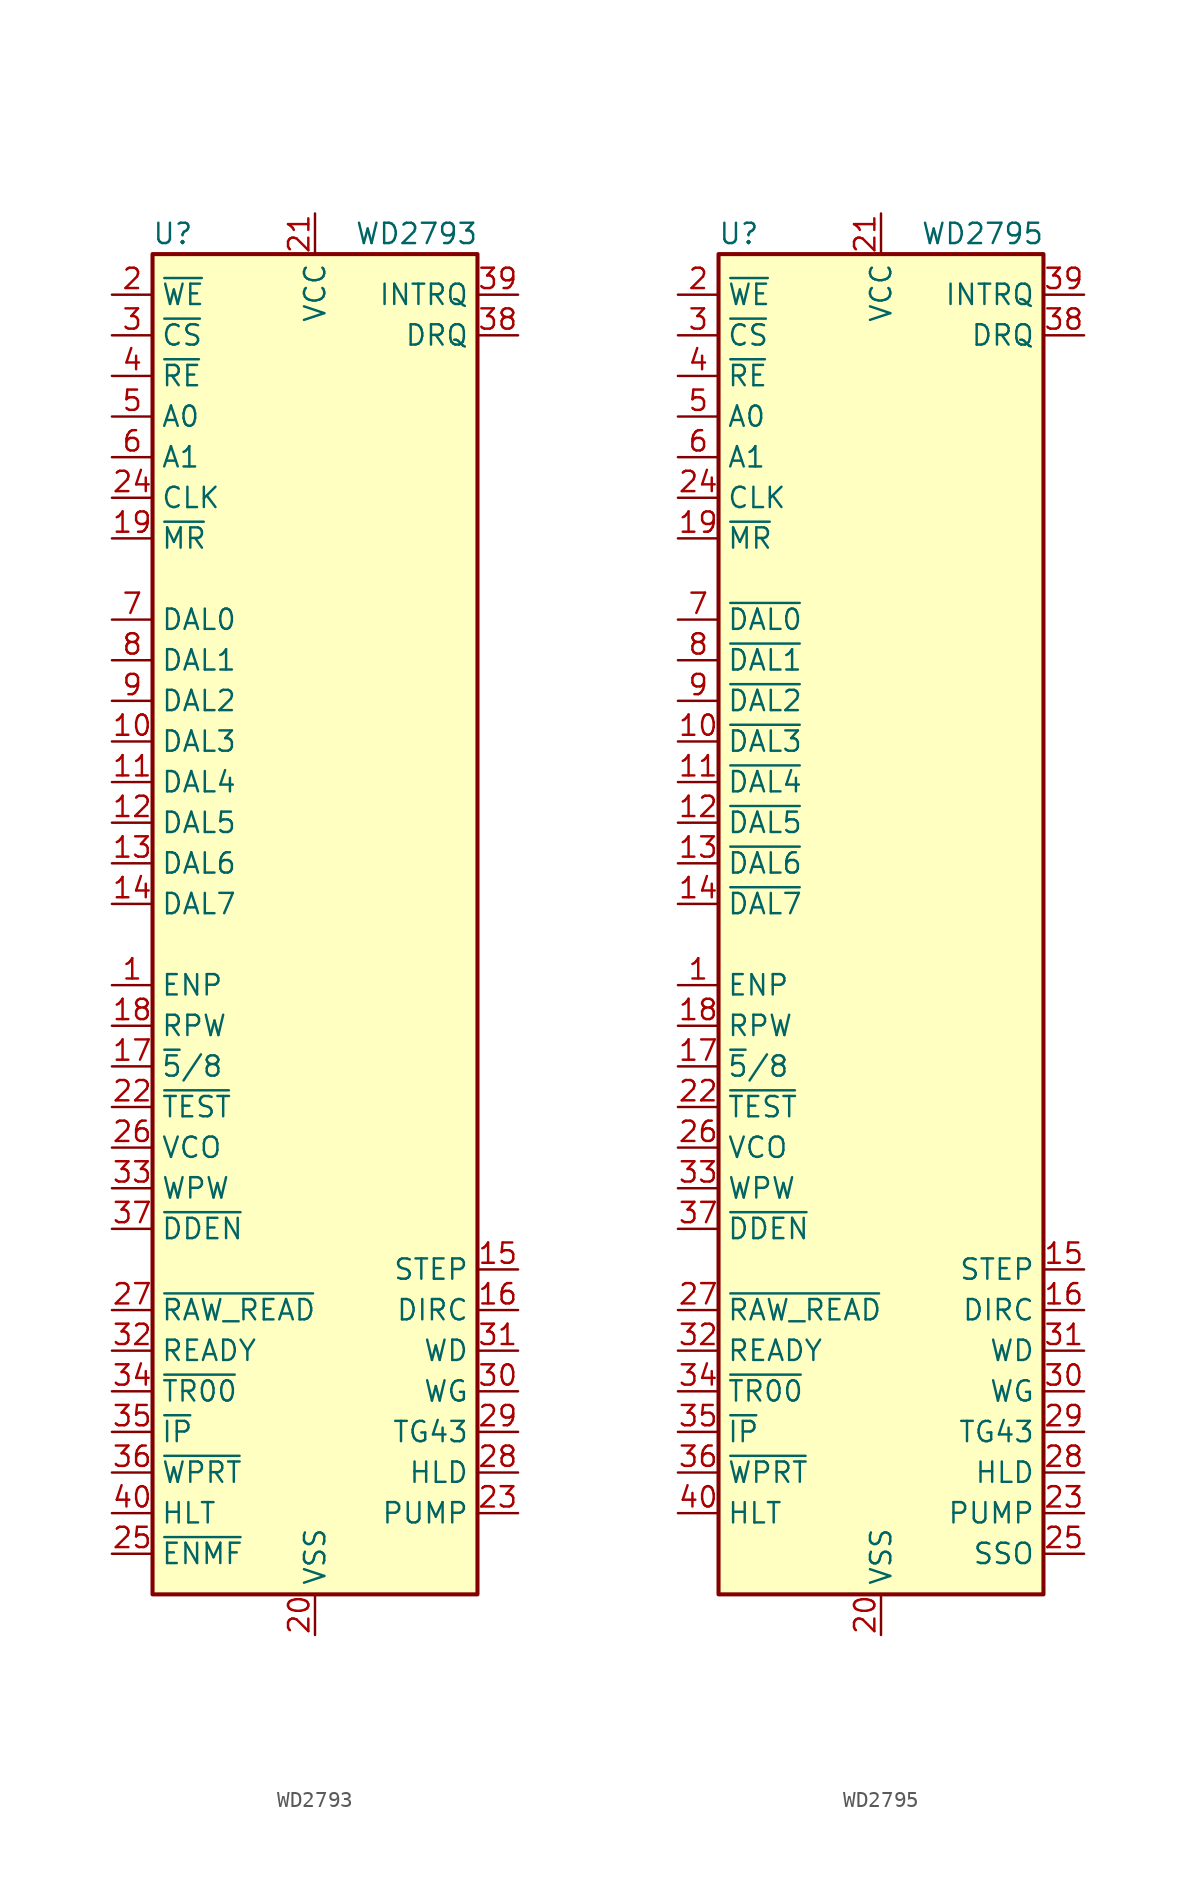
<source format=kicad_sym>
(kicad_symbol_lib
  (version 20201005)
  (generator kicad_symbol_editor)
  (symbol "WD2793"
    (property "Reference" "U"
      (at -8.89 44.45 0)
      (effects (font (size 1.27 1.27))))
    (property "Value" "WD2793"
      (at 6.35 44.45 0)
      (effects (font (size 1.27 1.27))))
    (symbol "WD2793_0_1"
      (rectangle (start -10.16 43.18) (end 10.16 -40.64) (stroke (width 0.254)) (fill (type background))))
    (symbol "WD2793_1_1"
      (pin input line (at -12.7 -2.54 0) (length 2.54) (name "ENP" (effects (font (size 1.27 1.27)))) (number "1" (effects (font (size 1.27 1.27)))))
      (pin tri_state line (at -12.7 12.7 0) (length 2.54) (name "DAL3" (effects (font (size 1.27 1.27)))) (number "10" (effects (font (size 1.27 1.27)))))
      (pin tri_state line (at -12.7 10.16 0) (length 2.54) (name "DAL4" (effects (font (size 1.27 1.27)))) (number "11" (effects (font (size 1.27 1.27)))))
      (pin tri_state line (at -12.7 7.62 0) (length 2.54) (name "DAL5" (effects (font (size 1.27 1.27)))) (number "12" (effects (font (size 1.27 1.27)))))
      (pin tri_state line (at -12.7 5.08 0) (length 2.54) (name "DAL6" (effects (font (size 1.27 1.27)))) (number "13" (effects (font (size 1.27 1.27)))))
      (pin tri_state line (at -12.7 2.54 0) (length 2.54) (name "DAL7" (effects (font (size 1.27 1.27)))) (number "14" (effects (font (size 1.27 1.27)))))
      (pin output line (at 12.7 -20.32 180) (length 2.54) (name "STEP" (effects (font (size 1.27 1.27)))) (number "15" (effects (font (size 1.27 1.27)))))
      (pin output line (at 12.7 -22.86 180) (length 2.54) (name "DIRC" (effects (font (size 1.27 1.27)))) (number "16" (effects (font (size 1.27 1.27)))))
      (pin input line (at -12.7 -7.62 0) (length 2.54) (name "~5~/8" (effects (font (size 1.27 1.27)))) (number "17" (effects (font (size 1.27 1.27)))))
      (pin input line (at -12.7 -5.08 0) (length 2.54) (name "RPW" (effects (font (size 1.27 1.27)))) (number "18" (effects (font (size 1.27 1.27)))))
      (pin input line (at -12.7 25.4 0) (length 2.54) (name "~MR" (effects (font (size 1.27 1.27)))) (number "19" (effects (font (size 1.27 1.27)))))
      (pin input line (at -12.7 40.64 0) (length 2.54) (name "~WE" (effects (font (size 1.27 1.27)))) (number "2" (effects (font (size 1.27 1.27)))))
      (pin power_in line (at 0 -43.18 90) (length 2.54) (name "VSS" (effects (font (size 1.27 1.27)))) (number "20" (effects (font (size 1.27 1.27)))))
      (pin power_in line (at 0 45.72 270) (length 2.54) (name "VCC" (effects (font (size 1.27 1.27)))) (number "21" (effects (font (size 1.27 1.27)))))
      (pin input line (at -12.7 -10.16 0) (length 2.54) (name "~TEST" (effects (font (size 1.27 1.27)))) (number "22" (effects (font (size 1.27 1.27)))))
      (pin output line (at 12.7 -35.56 180) (length 2.54) (name "PUMP" (effects (font (size 1.27 1.27)))) (number "23" (effects (font (size 1.27 1.27)))))
      (pin input line (at -12.7 27.94 0) (length 2.54) (name "CLK" (effects (font (size 1.27 1.27)))) (number "24" (effects (font (size 1.27 1.27)))))
      (pin input line (at -12.7 -38.1 0) (length 2.54) (name "~ENMF" (effects (font (size 1.27 1.27)))) (number "25" (effects (font (size 1.27 1.27)))))
      (pin input line (at -12.7 -12.7 0) (length 2.54) (name "VCO" (effects (font (size 1.27 1.27)))) (number "26" (effects (font (size 1.27 1.27)))))
      (pin input line (at -12.7 -22.86 0) (length 2.54) (name "~RAW_READ" (effects (font (size 1.27 1.27)))) (number "27" (effects (font (size 1.27 1.27)))))
      (pin output line (at 12.7 -33.02 180) (length 2.54) (name "HLD" (effects (font (size 1.27 1.27)))) (number "28" (effects (font (size 1.27 1.27)))))
      (pin output line (at 12.7 -30.48 180) (length 2.54) (name "TG43" (effects (font (size 1.27 1.27)))) (number "29" (effects (font (size 1.27 1.27)))))
      (pin input line (at -12.7 38.1 0) (length 2.54) (name "~CS" (effects (font (size 1.27 1.27)))) (number "3" (effects (font (size 1.27 1.27)))))
      (pin output line (at 12.7 -27.94 180) (length 2.54) (name "WG" (effects (font (size 1.27 1.27)))) (number "30" (effects (font (size 1.27 1.27)))))
      (pin output line (at 12.7 -25.4 180) (length 2.54) (name "WD" (effects (font (size 1.27 1.27)))) (number "31" (effects (font (size 1.27 1.27)))))
      (pin input line (at -12.7 -25.4 0) (length 2.54) (name "READY" (effects (font (size 1.27 1.27)))) (number "32" (effects (font (size 1.27 1.27)))))
      (pin input line (at -12.7 -15.24 0) (length 2.54) (name "WPW" (effects (font (size 1.27 1.27)))) (number "33" (effects (font (size 1.27 1.27)))))
      (pin input line (at -12.7 -27.94 0) (length 2.54) (name "~TR00" (effects (font (size 1.27 1.27)))) (number "34" (effects (font (size 1.27 1.27)))))
      (pin input line (at -12.7 -30.48 0) (length 2.54) (name "~IP" (effects (font (size 1.27 1.27)))) (number "35" (effects (font (size 1.27 1.27)))))
      (pin input line (at -12.7 -33.02 0) (length 2.54) (name "~WPRT" (effects (font (size 1.27 1.27)))) (number "36" (effects (font (size 1.27 1.27)))))
      (pin input line (at -12.7 -17.78 0) (length 2.54) (name "~DDEN" (effects (font (size 1.27 1.27)))) (number "37" (effects (font (size 1.27 1.27)))))
      (pin output line (at 12.7 38.1 180) (length 2.54) (name "DRQ" (effects (font (size 1.27 1.27)))) (number "38" (effects (font (size 1.27 1.27)))))
      (pin output line (at 12.7 40.64 180) (length 2.54) (name "INTRQ" (effects (font (size 1.27 1.27)))) (number "39" (effects (font (size 1.27 1.27)))))
      (pin input line (at -12.7 35.56 0) (length 2.54) (name "~RE" (effects (font (size 1.27 1.27)))) (number "4" (effects (font (size 1.27 1.27)))))
      (pin input line (at -12.7 -35.56 0) (length 2.54) (name "HLT" (effects (font (size 1.27 1.27)))) (number "40" (effects (font (size 1.27 1.27)))))
      (pin input line (at -12.7 33.02 0) (length 2.54) (name "A0" (effects (font (size 1.27 1.27)))) (number "5" (effects (font (size 1.27 1.27)))))
      (pin input line (at -12.7 30.48 0) (length 2.54) (name "A1" (effects (font (size 1.27 1.27)))) (number "6" (effects (font (size 1.27 1.27)))))
      (pin tri_state line (at -12.7 20.32 0) (length 2.54) (name "DAL0" (effects (font (size 1.27 1.27)))) (number "7" (effects (font (size 1.27 1.27)))))
      (pin tri_state line (at -12.7 17.78 0) (length 2.54) (name "DAL1" (effects (font (size 1.27 1.27)))) (number "8" (effects (font (size 1.27 1.27)))))
      (pin tri_state line (at -12.7 15.24 0) (length 2.54) (name "DAL2" (effects (font (size 1.27 1.27)))) (number "9" (effects (font (size 1.27 1.27)))))))
  (symbol "WD2795"
    (property "Reference" "U"
      (at -8.89 44.45 0)
      (effects (font (size 1.27 1.27))))
    (property "Value" "WD2795"
      (at 6.35 44.45 0)
      (effects (font (size 1.27 1.27))))
    (symbol "WD2795_0_1"
      (rectangle (start -10.16 43.18) (end 10.16 -40.64) (stroke (width 0.254)) (fill (type background))))
    (symbol "WD2795_1_1"
      (pin input line (at -12.7 -2.54 0) (length 2.54) (name "ENP" (effects (font (size 1.27 1.27)))) (number "1" (effects (font (size 1.27 1.27)))))
      (pin tri_state line (at -12.7 12.7 0) (length 2.54) (name "~DAL3" (effects (font (size 1.27 1.27)))) (number "10" (effects (font (size 1.27 1.27)))))
      (pin tri_state line (at -12.7 10.16 0) (length 2.54) (name "~DAL4" (effects (font (size 1.27 1.27)))) (number "11" (effects (font (size 1.27 1.27)))))
      (pin tri_state line (at -12.7 7.62 0) (length 2.54) (name "~DAL5" (effects (font (size 1.27 1.27)))) (number "12" (effects (font (size 1.27 1.27)))))
      (pin tri_state line (at -12.7 5.08 0) (length 2.54) (name "~DAL6" (effects (font (size 1.27 1.27)))) (number "13" (effects (font (size 1.27 1.27)))))
      (pin tri_state line (at -12.7 2.54 0) (length 2.54) (name "~DAL7" (effects (font (size 1.27 1.27)))) (number "14" (effects (font (size 1.27 1.27)))))
      (pin output line (at 12.7 -20.32 180) (length 2.54) (name "STEP" (effects (font (size 1.27 1.27)))) (number "15" (effects (font (size 1.27 1.27)))))
      (pin output line (at 12.7 -22.86 180) (length 2.54) (name "DIRC" (effects (font (size 1.27 1.27)))) (number "16" (effects (font (size 1.27 1.27)))))
      (pin input line (at -12.7 -7.62 0) (length 2.54) (name "~5~/8" (effects (font (size 1.27 1.27)))) (number "17" (effects (font (size 1.27 1.27)))))
      (pin input line (at -12.7 -5.08 0) (length 2.54) (name "RPW" (effects (font (size 1.27 1.27)))) (number "18" (effects (font (size 1.27 1.27)))))
      (pin input line (at -12.7 25.4 0) (length 2.54) (name "~MR" (effects (font (size 1.27 1.27)))) (number "19" (effects (font (size 1.27 1.27)))))
      (pin input line (at -12.7 40.64 0) (length 2.54) (name "~WE" (effects (font (size 1.27 1.27)))) (number "2" (effects (font (size 1.27 1.27)))))
      (pin power_in line (at 0 -43.18 90) (length 2.54) (name "VSS" (effects (font (size 1.27 1.27)))) (number "20" (effects (font (size 1.27 1.27)))))
      (pin power_in line (at 0 45.72 270) (length 2.54) (name "VCC" (effects (font (size 1.27 1.27)))) (number "21" (effects (font (size 1.27 1.27)))))
      (pin input line (at -12.7 -10.16 0) (length 2.54) (name "~TEST" (effects (font (size 1.27 1.27)))) (number "22" (effects (font (size 1.27 1.27)))))
      (pin output line (at 12.7 -35.56 180) (length 2.54) (name "PUMP" (effects (font (size 1.27 1.27)))) (number "23" (effects (font (size 1.27 1.27)))))
      (pin input line (at -12.7 27.94 0) (length 2.54) (name "CLK" (effects (font (size 1.27 1.27)))) (number "24" (effects (font (size 1.27 1.27)))))
      (pin output line (at 12.7 -38.1 180) (length 2.54) (name "SSO" (effects (font (size 1.27 1.27)))) (number "25" (effects (font (size 1.27 1.27)))))
      (pin input line (at -12.7 -12.7 0) (length 2.54) (name "VCO" (effects (font (size 1.27 1.27)))) (number "26" (effects (font (size 1.27 1.27)))))
      (pin input line (at -12.7 -22.86 0) (length 2.54) (name "~RAW_READ" (effects (font (size 1.27 1.27)))) (number "27" (effects (font (size 1.27 1.27)))))
      (pin output line (at 12.7 -33.02 180) (length 2.54) (name "HLD" (effects (font (size 1.27 1.27)))) (number "28" (effects (font (size 1.27 1.27)))))
      (pin output line (at 12.7 -30.48 180) (length 2.54) (name "TG43" (effects (font (size 1.27 1.27)))) (number "29" (effects (font (size 1.27 1.27)))))
      (pin input line (at -12.7 38.1 0) (length 2.54) (name "~CS" (effects (font (size 1.27 1.27)))) (number "3" (effects (font (size 1.27 1.27)))))
      (pin output line (at 12.7 -27.94 180) (length 2.54) (name "WG" (effects (font (size 1.27 1.27)))) (number "30" (effects (font (size 1.27 1.27)))))
      (pin output line (at 12.7 -25.4 180) (length 2.54) (name "WD" (effects (font (size 1.27 1.27)))) (number "31" (effects (font (size 1.27 1.27)))))
      (pin input line (at -12.7 -25.4 0) (length 2.54) (name "READY" (effects (font (size 1.27 1.27)))) (number "32" (effects (font (size 1.27 1.27)))))
      (pin input line (at -12.7 -15.24 0) (length 2.54) (name "WPW" (effects (font (size 1.27 1.27)))) (number "33" (effects (font (size 1.27 1.27)))))
      (pin input line (at -12.7 -27.94 0) (length 2.54) (name "~TR00" (effects (font (size 1.27 1.27)))) (number "34" (effects (font (size 1.27 1.27)))))
      (pin input line (at -12.7 -30.48 0) (length 2.54) (name "~IP" (effects (font (size 1.27 1.27)))) (number "35" (effects (font (size 1.27 1.27)))))
      (pin input line (at -12.7 -33.02 0) (length 2.54) (name "~WPRT" (effects (font (size 1.27 1.27)))) (number "36" (effects (font (size 1.27 1.27)))))
      (pin input line (at -12.7 -17.78 0) (length 2.54) (name "~DDEN" (effects (font (size 1.27 1.27)))) (number "37" (effects (font (size 1.27 1.27)))))
      (pin output line (at 12.7 38.1 180) (length 2.54) (name "DRQ" (effects (font (size 1.27 1.27)))) (number "38" (effects (font (size 1.27 1.27)))))
      (pin output line (at 12.7 40.64 180) (length 2.54) (name "INTRQ" (effects (font (size 1.27 1.27)))) (number "39" (effects (font (size 1.27 1.27)))))
      (pin input line (at -12.7 35.56 0) (length 2.54) (name "~RE" (effects (font (size 1.27 1.27)))) (number "4" (effects (font (size 1.27 1.27)))))
      (pin input line (at -12.7 -35.56 0) (length 2.54) (name "HLT" (effects (font (size 1.27 1.27)))) (number "40" (effects (font (size 1.27 1.27)))))
      (pin input line (at -12.7 33.02 0) (length 2.54) (name "A0" (effects (font (size 1.27 1.27)))) (number "5" (effects (font (size 1.27 1.27)))))
      (pin input line (at -12.7 30.48 0) (length 2.54) (name "A1" (effects (font (size 1.27 1.27)))) (number "6" (effects (font (size 1.27 1.27)))))
      (pin tri_state line (at -12.7 20.32 0) (length 2.54) (name "~DAL0" (effects (font (size 1.27 1.27)))) (number "7" (effects (font (size 1.27 1.27)))))
      (pin tri_state line (at -12.7 17.78 0) (length 2.54) (name "~DAL1" (effects (font (size 1.27 1.27)))) (number "8" (effects (font (size 1.27 1.27)))))
      (pin tri_state line (at -12.7 15.24 0) (length 2.54) (name "~DAL2" (effects (font (size 1.27 1.27)))) (number "9" (effects (font (size 1.27 1.27))))))))
</source>
